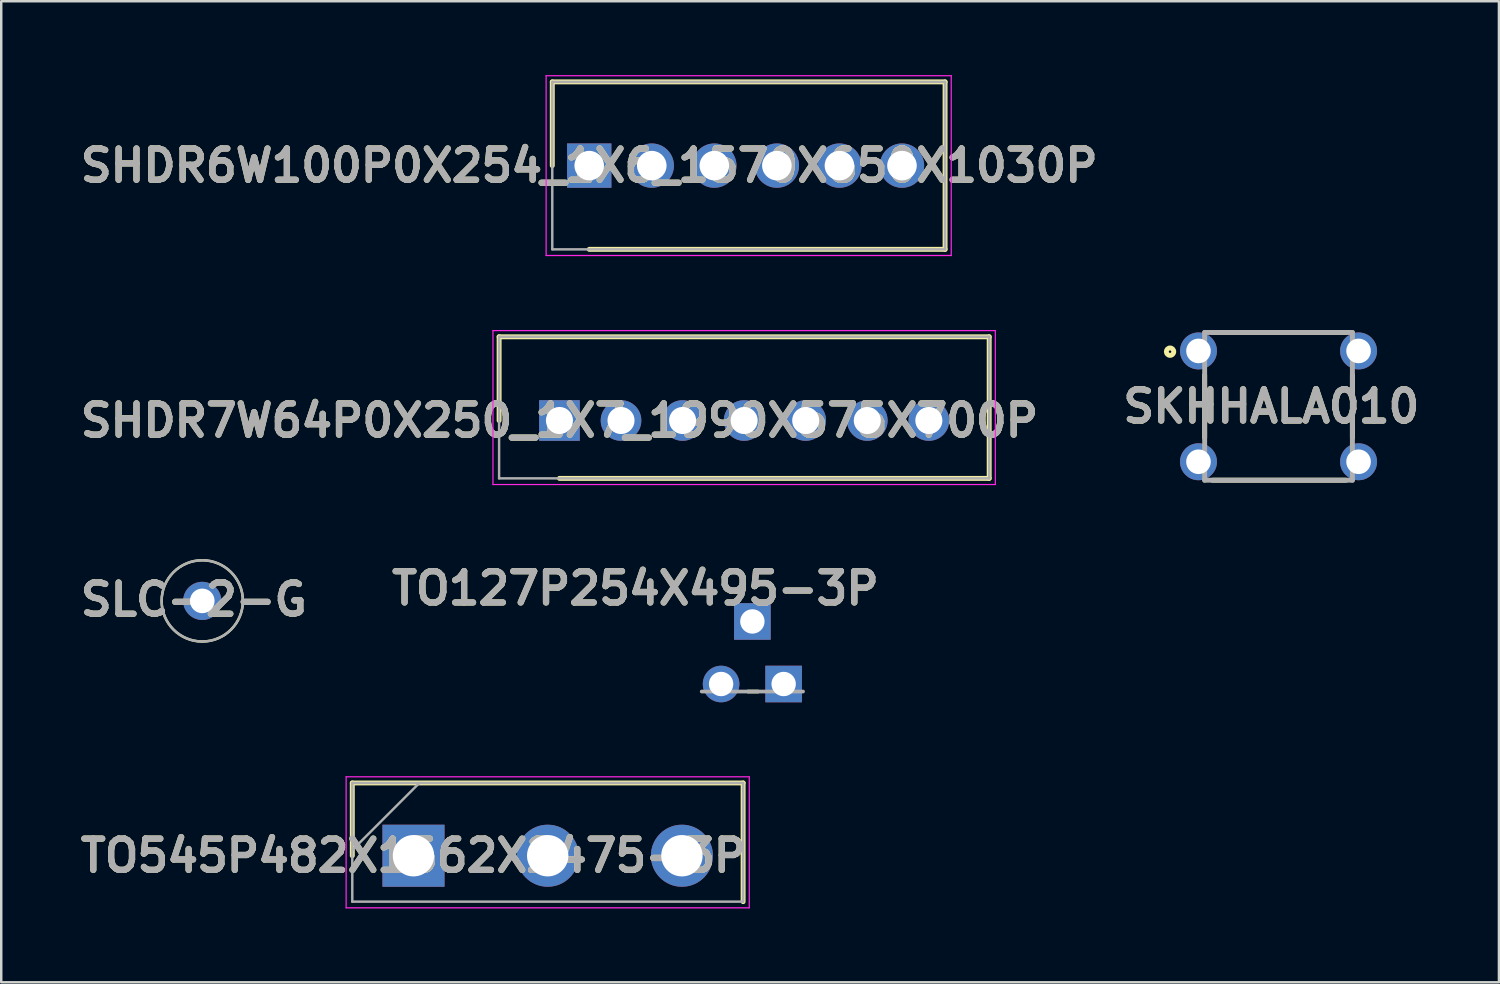
<source format=kicad_pcb>
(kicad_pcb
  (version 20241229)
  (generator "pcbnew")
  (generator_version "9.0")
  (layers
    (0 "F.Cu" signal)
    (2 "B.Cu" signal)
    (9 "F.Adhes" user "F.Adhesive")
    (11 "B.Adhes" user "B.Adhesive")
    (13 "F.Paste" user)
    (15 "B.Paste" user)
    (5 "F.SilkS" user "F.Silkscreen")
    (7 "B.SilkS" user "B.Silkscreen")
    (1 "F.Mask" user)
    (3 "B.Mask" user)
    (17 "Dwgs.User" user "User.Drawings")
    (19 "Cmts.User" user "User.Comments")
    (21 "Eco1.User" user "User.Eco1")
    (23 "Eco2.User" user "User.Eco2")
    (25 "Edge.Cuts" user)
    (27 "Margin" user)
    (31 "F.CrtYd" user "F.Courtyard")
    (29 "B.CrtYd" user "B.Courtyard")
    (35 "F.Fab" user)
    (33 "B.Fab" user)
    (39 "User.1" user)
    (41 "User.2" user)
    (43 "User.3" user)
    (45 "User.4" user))
  (footprint "SKHHALA010"
    (layer "F.Cu")
    (at 48.866 13.45)
    (property "Reference" "SKHHALA010" (at -0.291 0.003 0) (layer "F.SilkS") (effects (font (size 1.27 1.27) (thickness 0.254))))
    (attr through_hole)
    (fp_line (start -3 -1.272) (end -3 1.277) (stroke (width 0.2) (type solid)) (layer "F.SilkS"))
    (fp_line (start -2.677 -3) (end 2.732 -3) (stroke (width 0.2) (type solid)) (layer "F.SilkS"))
    (fp_line (start -2.677 3) (end 2.732 3) (stroke (width 0.2) (type solid)) (layer "F.SilkS"))
    (fp_line (start 3 -1.272) (end 3 1.277) (stroke (width 0.2) (type solid)) (layer "F.SilkS"))
    (fp_circle (center -4.405 -2.22) (end -4.405 -2.17) (stroke (width 0.2) (type solid)) (fill no) (layer "F.SilkS"))
    (fp_line (start -3 -3) (end 3 -3) (stroke (width 0.2) (type solid)) (layer "F.Fab"))
    (fp_line (start -3 3) (end -3 -3) (stroke (width 0.2) (type solid)) (layer "F.Fab"))
    (fp_line (start 3 -3) (end 3 3) (stroke (width 0.2) (type solid)) (layer "F.Fab"))
    (fp_line (start 3 3) (end -3 3) (stroke (width 0.2) (type solid)) (layer "F.Fab"))
    (fp_text user "${REFERENCE}" (at -0.291 0.003 0) (layer "F.Fab") (effects (font (size 1.27 1.27) (thickness 0.254))))
    (pad "1" thru_hole circle (at -3.25 -2.25) (size 1.5 1.5) (drill 1) (layers "*.Cu" "*.Mask"))
    (pad "2" thru_hole circle (at 3.25 -2.25) (size 1.5 1.5) (drill 1) (layers "*.Cu" "*.Mask"))
    (pad "3" thru_hole circle (at -3.25 2.25) (size 1.5 1.5) (drill 1) (layers "*.Cu" "*.Mask"))
    (pad "4" thru_hole circle (at 3.25 2.25) (size 1.5 1.5) (drill 1) (layers "*.Cu" "*.Mask")))
  (footprint "SHDR7W64P0X250_1X7_1990X575X700P"
    (layer "F.Cu")
    (at 19.667 14.025)
    (property "Reference" "SHDR7W64P0X250_1X7_1990X575X700P" (at 0 0 0) (layer "F.SilkS") (effects (font (size 1.27 1.27) (thickness 0.254))))
    (attr through_hole)
    (fp_line (start -2.45 -3.4) (end -2.45 0) (stroke (width 0.2) (type solid)) (layer "F.SilkS"))
    (fp_line (start 0 2.35) (end 17.45 2.35) (stroke (width 0.2) (type solid)) (layer "F.SilkS"))
    (fp_line (start 17.45 -3.4) (end -2.45 -3.4) (stroke (width 0.2) (type solid)) (layer "F.SilkS"))
    (fp_line (start 17.45 2.35) (end 17.45 -3.4) (stroke (width 0.2) (type solid)) (layer "F.SilkS"))
    (fp_line (start -2.7 -3.65) (end 17.7 -3.65) (stroke (width 0.05) (type solid)) (layer "F.CrtYd"))
    (fp_line (start -2.7 2.6) (end -2.7 -3.65) (stroke (width 0.05) (type solid)) (layer "F.CrtYd"))
    (fp_line (start 17.7 -3.65) (end 17.7 2.6) (stroke (width 0.05) (type solid)) (layer "F.CrtYd"))
    (fp_line (start 17.7 2.6) (end -2.7 2.6) (stroke (width 0.05) (type solid)) (layer "F.CrtYd"))
    (fp_line (start -2.45 -3.4) (end 17.45 -3.4) (stroke (width 0.1) (type solid)) (layer "F.Fab"))
    (fp_line (start -2.45 2.35) (end -2.45 -3.4) (stroke (width 0.1) (type solid)) (layer "F.Fab"))
    (fp_line (start 17.45 -3.4) (end 17.45 2.35) (stroke (width 0.1) (type solid)) (layer "F.Fab"))
    (fp_line (start 17.45 2.35) (end -2.45 2.35) (stroke (width 0.1) (type solid)) (layer "F.Fab"))
    (fp_text user "${REFERENCE}" (at 0 0 0) (layer "F.Fab") (effects (font (size 1.27 1.27) (thickness 0.254))))
    (pad "1" thru_hole rect (at 0 0) (size 1.65 1.65) (drill 1.1) (layers "*.Cu" "*.Mask"))
    (pad "2" thru_hole circle (at 2.5 0) (size 1.65 1.65) (drill 1.1) (layers "*.Cu" "*.Mask"))
    (pad "3" thru_hole circle (at 5 0) (size 1.65 1.65) (drill 1.1) (layers "*.Cu" "*.Mask"))
    (pad "4" thru_hole circle (at 7.5 0) (size 1.65 1.65) (drill 1.1) (layers "*.Cu" "*.Mask"))
    (pad "5" thru_hole circle (at 10 0) (size 1.65 1.65) (drill 1.1) (layers "*.Cu" "*.Mask"))
    (pad "6" thru_hole circle (at 12.5 0) (size 1.65 1.65) (drill 1.1) (layers "*.Cu" "*.Mask"))
    (pad "7" thru_hole circle (at 15 0) (size 1.65 1.65) (drill 1.1) (layers "*.Cu" "*.Mask")))
  (footprint "TO545P482X1562X2475-3P"
    (layer "F.Cu")
    (at 13.74 31.698)
    (property "Reference" "TO545P482X1562X2475-3P" (at 0 0 0) (layer "F.SilkS") (effects (font (size 1.27 1.27) (thickness 0.254))))
    (attr through_hole)
    (fp_line (start -2.485 -2.955) (end -2.485 0) (stroke (width 0.2) (type solid)) (layer "F.SilkS"))
    (fp_line (start 13.385 -2.955) (end -2.485 -2.955) (stroke (width 0.2) (type solid)) (layer "F.SilkS"))
    (fp_line (start 13.385 1.865) (end 13.385 -2.955) (stroke (width 0.2) (type solid)) (layer "F.SilkS"))
    (fp_line (start -2.735 -3.205) (end 13.635 -3.205) (stroke (width 0.05) (type solid)) (layer "F.CrtYd"))
    (fp_line (start -2.735 2.115) (end -2.735 -3.205) (stroke (width 0.05) (type solid)) (layer "F.CrtYd"))
    (fp_line (start 13.635 -3.205) (end 13.635 2.115) (stroke (width 0.05) (type solid)) (layer "F.CrtYd"))
    (fp_line (start 13.635 2.115) (end -2.735 2.115) (stroke (width 0.05) (type solid)) (layer "F.CrtYd"))
    (fp_line (start -2.485 -2.955) (end 13.385 -2.955) (stroke (width 0.1) (type solid)) (layer "F.Fab"))
    (fp_line (start -2.485 -0.23) (end 0.24 -2.955) (stroke (width 0.1) (type solid)) (layer "F.Fab"))
    (fp_line (start -2.485 1.865) (end -2.485 -2.955) (stroke (width 0.1) (type solid)) (layer "F.Fab"))
    (fp_line (start 13.385 -2.955) (end 13.385 1.865) (stroke (width 0.1) (type solid)) (layer "F.Fab"))
    (fp_line (start 13.385 1.865) (end -2.485 1.865) (stroke (width 0.1) (type solid)) (layer "F.Fab"))
    (fp_text user "${REFERENCE}" (at 0 0 0) (layer "F.Fab") (effects (font (size 1.27 1.27) (thickness 0.254))))
    (pad "1" thru_hole rect (at 0 0) (size 2.52 2.52) (drill 1.68) (layers "*.Cu" "*.Mask"))
    (pad "2" thru_hole circle (at 5.45 0) (size 2.52 2.52) (drill 1.68) (layers "*.Cu" "*.Mask"))
    (pad "3" thru_hole circle (at 10.9 0) (size 2.52 2.52) (drill 1.68) (layers "*.Cu" "*.Mask")))
  (footprint "SLC-2-G"
    (layer "F.Cu")
    (at 5.163 21.35)
    (property "Reference" "SLC-2-G" (at -0.343 -0.052 0) (layer "F.SilkS") (effects (font (size 1.27 1.27) (thickness 0.254))))
    (attr through_hole)
    (fp_circle (center 0 0) (end 0 1.65) (stroke (width 0.1) (type solid)) (fill no) (layer "F.SilkS"))
    (fp_circle (center 0 0) (end 0 1.65) (stroke (width 0.1) (type solid)) (fill no) (layer "F.Fab"))
    (fp_text user "${REFERENCE}" (at -0.343 -0.052 0) (layer "F.Fab") (effects (font (size 1.27 1.27) (thickness 0.254))))
    (pad "1" thru_hole circle (at 0 0) (size 1.55 1.55) (drill 1) (layers "*.Cu" "*.Mask")))
  (footprint "SHDR6W100P0X254_1X6_1570X650X1030P"
    (layer "F.Cu")
    (at 20.876 3.675)
    (property "Reference" "SHDR6W100P0X254_1X6_1570X650X1030P" (at 0 0 0) (layer "F.SilkS") (effects (font (size 1.27 1.27) (thickness 0.254))))
    (attr through_hole)
    (fp_line (start -1.5 -3.4) (end -1.5 0) (stroke (width 0.2) (type solid)) (layer "F.SilkS"))
    (fp_line (start 0 3.4) (end 14.45 3.4) (stroke (width 0.2) (type solid)) (layer "F.SilkS"))
    (fp_line (start 14.45 -3.4) (end -1.5 -3.4) (stroke (width 0.2) (type solid)) (layer "F.SilkS"))
    (fp_line (start 14.45 3.4) (end 14.45 -3.4) (stroke (width 0.2) (type solid)) (layer "F.SilkS"))
    (fp_line (start -1.75 -3.65) (end 14.7 -3.65) (stroke (width 0.05) (type solid)) (layer "F.CrtYd"))
    (fp_line (start -1.75 3.65) (end -1.75 -3.65) (stroke (width 0.05) (type solid)) (layer "F.CrtYd"))
    (fp_line (start 14.7 -3.65) (end 14.7 3.65) (stroke (width 0.05) (type solid)) (layer "F.CrtYd"))
    (fp_line (start 14.7 3.65) (end -1.75 3.65) (stroke (width 0.05) (type solid)) (layer "F.CrtYd"))
    (fp_line (start -1.5 -3.4) (end 14.45 -3.4) (stroke (width 0.1) (type solid)) (layer "F.Fab"))
    (fp_line (start -1.5 3.4) (end -1.5 -3.4) (stroke (width 0.1) (type solid)) (layer "F.Fab"))
    (fp_line (start 14.45 -3.4) (end 14.45 3.4) (stroke (width 0.1) (type solid)) (layer "F.Fab"))
    (fp_line (start 14.45 3.4) (end -1.5 3.4) (stroke (width 0.1) (type solid)) (layer "F.Fab"))
    (fp_text user "${REFERENCE}" (at 0 0 0) (layer "F.Fab") (effects (font (size 1.27 1.27) (thickness 0.254))))
    (pad "1" thru_hole rect (at 0 0) (size 1.8 1.8) (drill 1.2) (layers "*.Cu" "*.Mask"))
    (pad "2" thru_hole circle (at 2.54 0) (size 1.8 1.8) (drill 1.2) (layers "*.Cu" "*.Mask"))
    (pad "3" thru_hole circle (at 5.08 0) (size 1.8 1.8) (drill 1.2) (layers "*.Cu" "*.Mask"))
    (pad "4" thru_hole circle (at 7.62 0) (size 1.8 1.8) (drill 1.2) (layers "*.Cu" "*.Mask"))
    (pad "5" thru_hole circle (at 10.16 0) (size 1.8 1.8) (drill 1.2) (layers "*.Cu" "*.Mask"))
    (pad "6" thru_hole circle (at 12.7 0) (size 1.8 1.8) (drill 1.2) (layers "*.Cu" "*.Mask")))
  (footprint "TO127P254X495-3P"
    (layer "F.Cu")
    (at 28.771 22.185)
    (property "Reference" "TO127P254X495-3P" (at -6.02 -1.346 0) (layer "F.SilkS") (effects (font (size 1.27 1.27) (thickness 0.254))))
    (attr through_hole)
    (fp_line (start -1.448 2.845) (end -1.041 2.845) (stroke (width 0.152) (type solid)) (layer "F.SilkS"))
    (fp_line (start -3.327 2.845) (end 0.787 2.845) (stroke (width 0.152) (type solid)) (layer "F.Fab"))
    (fp_text user "${REFERENCE}" (at -6.02 -1.346 0) (layer "F.Fab") (effects (font (size 1.27 1.27) (thickness 0.254))))
    (pad "1" thru_hole circle (at -2.54 2.54) (size 1.486 1.486) (drill 0.991) (layers "*.Cu" "*.Mask"))
    (pad "2" thru_hole rect (at -1.27 0) (size 1.486 1.486) (drill 0.991) (layers "*.Cu" "*.Mask"))
    (pad "3" thru_hole rect (at 0 2.54) (size 1.486 1.486) (drill 0.991) (layers "*.Cu" "*.Mask")))
  (gr_rect
    (start -3 -3)
    (end 57.816 36.838)
    (stroke (width 0.1) (type default))
    (fill no)
    (layer "Edge.Cuts")))
</source>
